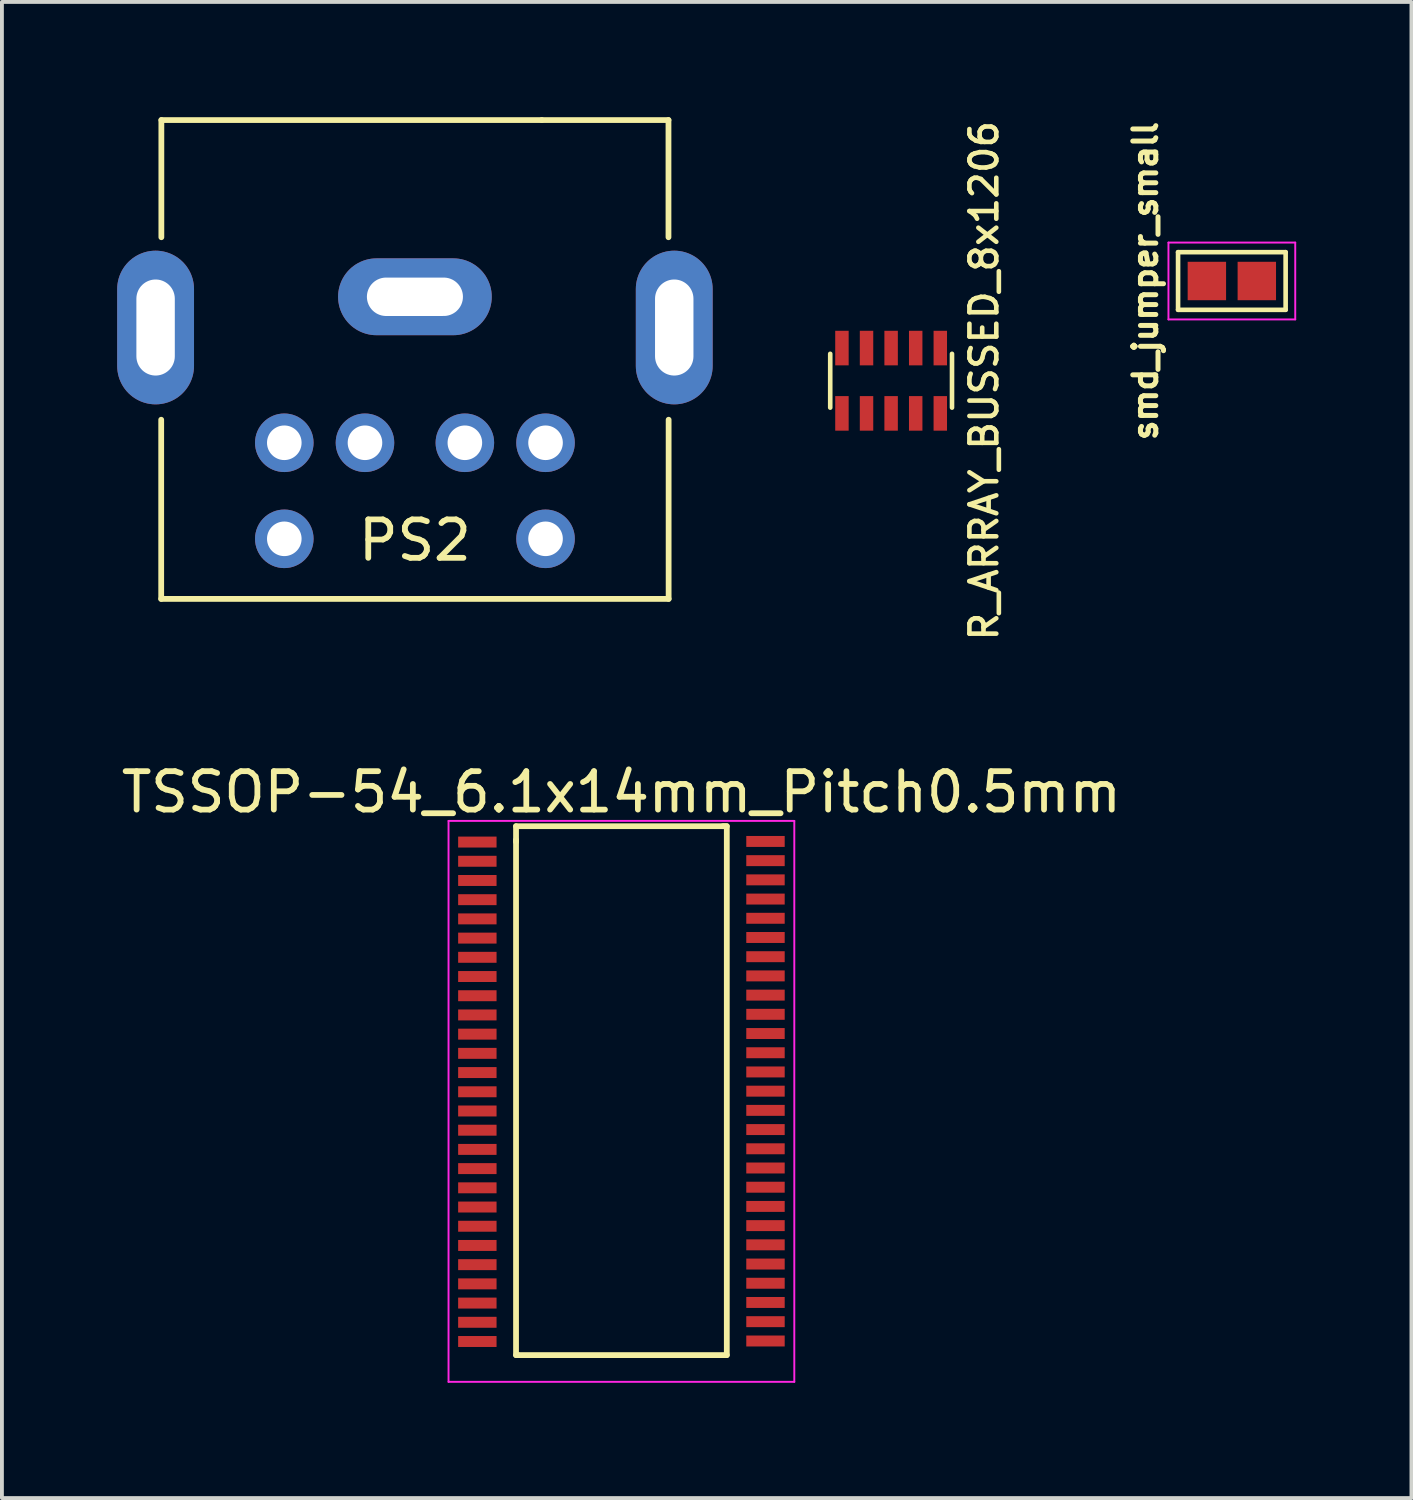
<source format=kicad_pcb>
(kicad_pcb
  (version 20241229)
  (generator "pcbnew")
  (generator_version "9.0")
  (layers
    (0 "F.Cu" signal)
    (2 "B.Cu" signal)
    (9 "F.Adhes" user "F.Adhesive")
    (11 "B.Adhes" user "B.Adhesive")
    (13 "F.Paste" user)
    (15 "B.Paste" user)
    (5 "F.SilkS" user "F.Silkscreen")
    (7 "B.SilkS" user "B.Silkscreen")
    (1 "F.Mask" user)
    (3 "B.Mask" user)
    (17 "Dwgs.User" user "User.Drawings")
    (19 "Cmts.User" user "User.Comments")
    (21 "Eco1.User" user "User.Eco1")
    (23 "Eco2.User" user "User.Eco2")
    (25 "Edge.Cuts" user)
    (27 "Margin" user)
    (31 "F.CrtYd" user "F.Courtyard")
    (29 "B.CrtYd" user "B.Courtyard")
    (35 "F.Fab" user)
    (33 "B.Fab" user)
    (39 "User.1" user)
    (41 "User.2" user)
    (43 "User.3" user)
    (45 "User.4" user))
  (footprint "R_ARRAY_BUSSED_8x1206"
    (layer "F.Cu")
    (at 20.115 6.86)
    (property "Reference" "R_ARRAY_BUSSED_8x1206" (at 2.45 0 90) (layer "F.SilkS") (effects (font (size 0.7 0.7) (thickness 0.12))))
    (attr through_hole)
    (fp_line (start -1.555 -0.7) (end -1.555 0.7) (stroke (width 0.12) (type solid)) (layer "F.SilkS"))
    (fp_line (start 1.615 -0.7) (end 1.615 0.7) (stroke (width 0.12) (type solid)) (layer "F.SilkS"))
    (pad "1" smd rect (at -1.25 0.85) (size 0.35 0.9) (layers "F.Cu" "F.Mask" "F.Paste"))
    (pad "2" smd rect (at -0.61 0.85) (size 0.35 0.9) (layers "F.Cu" "F.Mask" "F.Paste"))
    (pad "3" smd rect (at 0.03 0.85) (size 0.35 0.9) (layers "F.Cu" "F.Mask" "F.Paste"))
    (pad "4" smd rect (at 0.67 0.85) (size 0.35 0.9) (layers "F.Cu" "F.Mask" "F.Paste"))
    (pad "5" smd rect (at 1.31 0.85) (size 0.35 0.9) (layers "F.Cu" "F.Mask" "F.Paste"))
    (pad "6" smd rect (at 1.31 -0.85) (size 0.35 0.9) (layers "F.Cu" "F.Mask" "F.Paste"))
    (pad "7" smd rect (at 0.67 -0.85) (size 0.35 0.9) (layers "F.Cu" "F.Mask" "F.Paste"))
    (pad "8" smd rect (at 0.03 -0.85) (size 0.35 0.9) (layers "F.Cu" "F.Mask" "F.Paste"))
    (pad "9" smd rect (at -0.61 -0.85) (size 0.35 0.9) (layers "F.Cu" "F.Mask" "F.Paste"))
    (pad "10" smd rect (at -1.25 -0.85) (size 0.35 0.9) (layers "F.Cu" "F.Mask" "F.Paste")))
  (footprint "PS2"
    (layer "F.Cu")
    (at 7.75 8.475)
    (property "Reference" "PS2" (at 0 2.54 0) (layer "F.SilkS") (effects (font (size 1 1) (thickness 0.15))))
    (attr through_hole)
    (fp_line (start -6.604 4.064) (end -6.604 -0.6) (stroke (width 0.15) (type solid)) (layer "F.SilkS"))
    (fp_line (start -6.6 -8.4) (end -6.6 -5.35) (stroke (width 0.15) (type solid)) (layer "F.SilkS"))
    (fp_line (start -6.6 -8.4) (end 3.302 -8.4) (stroke (width 0.15) (type solid)) (layer "F.SilkS"))
    (fp_line (start 3.302 -8.4) (end 6.6 -8.4) (stroke (width 0.15) (type solid)) (layer "F.SilkS"))
    (fp_line (start 6.6 -8.4) (end 6.6 -5.35) (stroke (width 0.15) (type solid)) (layer "F.SilkS"))
    (fp_line (start 6.604 -0.6) (end 6.604 4.064) (stroke (width 0.15) (type solid)) (layer "F.SilkS"))
    (fp_line (start 6.604 4.064) (end -6.604 4.064) (stroke (width 0.15) (type solid)) (layer "F.SilkS"))
    (pad "" thru_hole oval (at -6.75 -3 90) (size 4 2) (drill oval 2.5 1) (layers "*.Cu" "*.Mask"))
    (pad "" thru_hole oval (at 0 -3.8) (size 4 2) (drill oval 2.5 1) (layers "*.Cu" "*.Mask"))
    (pad "" thru_hole oval (at 6.75 -3 90) (size 4 2) (drill oval 2.5 1) (layers "*.Cu" "*.Mask"))
    (pad "1" thru_hole circle (at -1.3 0) (size 1.524 1.524) (drill 0.9) (layers "*.Cu" "*.Mask"))
    (pad "2" thru_hole circle (at 1.3 0) (size 1.524 1.524) (drill 0.9) (layers "*.Cu" "*.Mask"))
    (pad "3" thru_hole circle (at -3.4 0) (size 1.524 1.524) (drill 0.9) (layers "*.Cu" "*.Mask"))
    (pad "4" thru_hole circle (at 3.4 0) (size 1.524 1.524) (drill 0.9) (layers "*.Cu" "*.Mask"))
    (pad "5" thru_hole circle (at -3.4 2.5) (size 1.524 1.524) (drill 0.9) (layers "*.Cu" "*.Mask"))
    (pad "6" thru_hole circle (at 3.4 2.5) (size 1.524 1.524) (drill 0.9) (layers "*.Cu" "*.Mask")))
  (footprint "TSSOP-54_6.1x14mm_Pitch0.5mm"
    (layer "F.Cu")
    (at 13.125 25.618)
    (property "Reference" "TSSOP-54_6.1x14mm_Pitch0.5mm" (at 0 -8.05 0) (layer "F.SilkS") (effects (font (size 1 1) (thickness 0.15))))
    (attr smd)
    (fp_line (start -2.743 -7.163) (end 2.642 -7.163) (stroke (width 0.15) (type solid)) (layer "F.SilkS"))
    (fp_line (start -2.743 -6.756) (end -2.743 -7.163) (stroke (width 0.15) (type solid)) (layer "F.SilkS"))
    (fp_line (start -2.743 6.604) (end -2.743 -6.807) (stroke (width 0.15) (type solid)) (layer "F.SilkS"))
    (fp_line (start -2.692 6.604) (end -2.743 6.604) (stroke (width 0.15) (type solid)) (layer "F.SilkS"))
    (fp_line (start 2.642 -7.163) (end 2.692 -7.163) (stroke (width 0.15) (type solid)) (layer "F.SilkS"))
    (fp_line (start 2.692 -7.163) (end 2.743 -7.163) (stroke (width 0.15) (type solid)) (layer "F.SilkS"))
    (fp_line (start 2.743 -7.163) (end 2.743 6.604) (stroke (width 0.15) (type solid)) (layer "F.SilkS"))
    (fp_line (start 2.743 6.604) (end -2.692 6.604) (stroke (width 0.15) (type solid)) (layer "F.SilkS"))
    (fp_line (start -4.5 -7.3) (end -4.5 7.3) (stroke (width 0.05) (type solid)) (layer "F.CrtYd"))
    (fp_line (start -4.5 -7.3) (end 4.5 -7.3) (stroke (width 0.05) (type solid)) (layer "F.CrtYd"))
    (fp_line (start -4.5 7.3) (end 4.5 7.3) (stroke (width 0.05) (type solid)) (layer "F.CrtYd"))
    (fp_line (start 4.5 -7.3) (end 4.5 7.3) (stroke (width 0.05) (type solid)) (layer "F.CrtYd"))
    (pad "1" smd rect (at -3.75 -6.75) (size 1 0.285) (layers "F.Cu" "F.Mask" "F.Paste"))
    (pad "2" smd rect (at -3.75 -6.25) (size 1 0.285) (layers "F.Cu" "F.Mask" "F.Paste"))
    (pad "3" smd rect (at -3.75 -5.75) (size 1 0.285) (layers "F.Cu" "F.Mask" "F.Paste"))
    (pad "4" smd rect (at -3.75 -5.25) (size 1 0.285) (layers "F.Cu" "F.Mask" "F.Paste"))
    (pad "5" smd rect (at -3.75 -4.75) (size 1 0.285) (layers "F.Cu" "F.Mask" "F.Paste"))
    (pad "6" smd rect (at -3.75 -4.25) (size 1 0.285) (layers "F.Cu" "F.Mask" "F.Paste"))
    (pad "7" smd rect (at -3.75 -3.75) (size 1 0.285) (layers "F.Cu" "F.Mask" "F.Paste"))
    (pad "8" smd rect (at -3.75 -3.25) (size 1 0.285) (layers "F.Cu" "F.Mask" "F.Paste"))
    (pad "9" smd rect (at -3.75 -2.75) (size 1 0.285) (layers "F.Cu" "F.Mask" "F.Paste"))
    (pad "10" smd rect (at -3.75 -2.25) (size 1 0.285) (layers "F.Cu" "F.Mask" "F.Paste"))
    (pad "11" smd rect (at -3.75 -1.75) (size 1 0.285) (layers "F.Cu" "F.Mask" "F.Paste"))
    (pad "12" smd rect (at -3.75 -1.25) (size 1 0.285) (layers "F.Cu" "F.Mask" "F.Paste"))
    (pad "13" smd rect (at -3.75 -0.75) (size 1 0.285) (layers "F.Cu" "F.Mask" "F.Paste"))
    (pad "14" smd rect (at -3.75 -0.25) (size 1 0.285) (layers "F.Cu" "F.Mask" "F.Paste"))
    (pad "15" smd rect (at -3.75 0.25) (size 1 0.285) (layers "F.Cu" "F.Mask" "F.Paste"))
    (pad "16" smd rect (at -3.75 0.75) (size 1 0.285) (layers "F.Cu" "F.Mask" "F.Paste"))
    (pad "17" smd rect (at -3.75 1.25) (size 1 0.285) (layers "F.Cu" "F.Mask" "F.Paste"))
    (pad "18" smd rect (at -3.75 1.75) (size 1 0.285) (layers "F.Cu" "F.Mask" "F.Paste"))
    (pad "19" smd rect (at -3.75 2.25) (size 1 0.285) (layers "F.Cu" "F.Mask" "F.Paste"))
    (pad "20" smd rect (at -3.75 2.75) (size 1 0.285) (layers "F.Cu" "F.Mask" "F.Paste"))
    (pad "21" smd rect (at -3.75 3.25) (size 1 0.285) (layers "F.Cu" "F.Mask" "F.Paste"))
    (pad "22" smd rect (at -3.75 3.75) (size 1 0.285) (layers "F.Cu" "F.Mask" "F.Paste"))
    (pad "23" smd rect (at -3.75 4.25) (size 1 0.285) (layers "F.Cu" "F.Mask" "F.Paste"))
    (pad "24" smd rect (at -3.75 4.75) (size 1 0.285) (layers "F.Cu" "F.Mask" "F.Paste"))
    (pad "25" smd rect (at -3.75 5.25) (size 1 0.285) (layers "F.Cu" "F.Mask" "F.Paste"))
    (pad "26" smd rect (at -3.75 5.75) (size 1 0.285) (layers "F.Cu" "F.Mask" "F.Paste"))
    (pad "27" smd rect (at -3.75 6.25) (size 1 0.285) (layers "F.Cu" "F.Mask" "F.Paste"))
    (pad "28" smd rect (at 3.75 6.237) (size 1 0.285) (layers "F.Cu" "F.Mask" "F.Paste"))
    (pad "29" smd rect (at 3.75 5.734) (size 1 0.285) (layers "F.Cu" "F.Mask" "F.Paste"))
    (pad "30" smd rect (at 3.75 5.234) (size 1 0.285) (layers "F.Cu" "F.Mask" "F.Paste"))
    (pad "31" smd rect (at 3.75 4.734) (size 1 0.285) (layers "F.Cu" "F.Mask" "F.Paste"))
    (pad "32" smd rect (at 3.75 4.234) (size 1 0.285) (layers "F.Cu" "F.Mask" "F.Paste"))
    (pad "33" smd rect (at 3.75 3.734) (size 1 0.285) (layers "F.Cu" "F.Mask" "F.Paste"))
    (pad "34" smd rect (at 3.75 3.234) (size 1 0.285) (layers "F.Cu" "F.Mask" "F.Paste"))
    (pad "35" smd rect (at 3.75 2.734) (size 1 0.285) (layers "F.Cu" "F.Mask" "F.Paste"))
    (pad "36" smd rect (at 3.75 2.234) (size 1 0.285) (layers "F.Cu" "F.Mask" "F.Paste"))
    (pad "37" smd rect (at 3.75 1.734) (size 1 0.285) (layers "F.Cu" "F.Mask" "F.Paste"))
    (pad "38" smd rect (at 3.75 1.234) (size 1 0.285) (layers "F.Cu" "F.Mask" "F.Paste"))
    (pad "39" smd rect (at 3.75 0.734) (size 1 0.285) (layers "F.Cu" "F.Mask" "F.Paste"))
    (pad "40" smd rect (at 3.75 0.234) (size 1 0.285) (layers "F.Cu" "F.Mask" "F.Paste"))
    (pad "41" smd rect (at 3.75 -0.266) (size 1 0.285) (layers "F.Cu" "F.Mask" "F.Paste"))
    (pad "42" smd rect (at 3.75 -0.766) (size 1 0.285) (layers "F.Cu" "F.Mask" "F.Paste"))
    (pad "43" smd rect (at 3.75 -1.266) (size 1 0.285) (layers "F.Cu" "F.Mask" "F.Paste"))
    (pad "44" smd rect (at 3.75 -1.766) (size 1 0.285) (layers "F.Cu" "F.Mask" "F.Paste"))
    (pad "45" smd rect (at 3.75 -2.266) (size 1 0.285) (layers "F.Cu" "F.Mask" "F.Paste"))
    (pad "46" smd rect (at 3.75 -2.766) (size 1 0.285) (layers "F.Cu" "F.Mask" "F.Paste"))
    (pad "47" smd rect (at 3.75 -3.266) (size 1 0.285) (layers "F.Cu" "F.Mask" "F.Paste"))
    (pad "48" smd rect (at 3.75 -3.766) (size 1 0.285) (layers "F.Cu" "F.Mask" "F.Paste"))
    (pad "49" smd rect (at 3.75 -4.266) (size 1 0.285) (layers "F.Cu" "F.Mask" "F.Paste"))
    (pad "50" smd rect (at 3.75 -4.766) (size 1 0.285) (layers "F.Cu" "F.Mask" "F.Paste"))
    (pad "51" smd rect (at 3.75 -5.266) (size 1 0.285) (layers "F.Cu" "F.Mask" "F.Paste"))
    (pad "52" smd rect (at 3.75 -5.766) (size 1 0.285) (layers "F.Cu" "F.Mask" "F.Paste"))
    (pad "53" smd rect (at 3.75 -6.266) (size 1 0.285) (layers "F.Cu" "F.Mask" "F.Paste"))
    (pad "54" smd rect (at 3.75 -6.766) (size 1 0.285) (layers "F.Cu" "F.Mask" "F.Paste")))
  (footprint "smd_jumper_small"
    (layer "F.Cu")
    (at 29.014 4.264)
    (property "Reference" "smd_jumper_small" (at -2.25 0 90) (layer "F.SilkS") (effects (font (size 0.6 0.6) (thickness 0.13))))
    (attr through_hole)
    (fp_line (start -1.4 -0.75) (end 1.4 -0.75) (stroke (width 0.12) (type solid)) (layer "F.SilkS"))
    (fp_line (start -1.4 0.75) (end -1.4 -0.75) (stroke (width 0.12) (type solid)) (layer "F.SilkS"))
    (fp_line (start 1.4 -0.75) (end 1.4 0.75) (stroke (width 0.12) (type solid)) (layer "F.SilkS"))
    (fp_line (start 1.4 0.75) (end -1.4 0.75) (stroke (width 0.12) (type solid)) (layer "F.SilkS"))
    (fp_line (start -1.65 -1) (end -1.65 1) (stroke (width 0.05) (type solid)) (layer "F.CrtYd"))
    (fp_line (start -1.65 -1) (end 1.65 -1) (stroke (width 0.05) (type solid)) (layer "F.CrtYd"))
    (fp_line (start 1.65 1) (end -1.65 1) (stroke (width 0.05) (type solid)) (layer "F.CrtYd"))
    (fp_line (start 1.65 1) (end 1.65 -1) (stroke (width 0.05) (type solid)) (layer "F.CrtYd"))
    (pad "1" smd rect (at -0.65 0) (size 1 1) (layers "F.Cu" "F.Mask"))
    (pad "2" smd rect (at 0.65 0) (size 1 1) (layers "F.Cu" "F.Mask")))
  (gr_rect
    (start -3 -3)
    (end 33.689 35.943)
    (stroke (width 0.1) (type default))
    (fill no)
    (layer "Edge.Cuts")))
</source>
